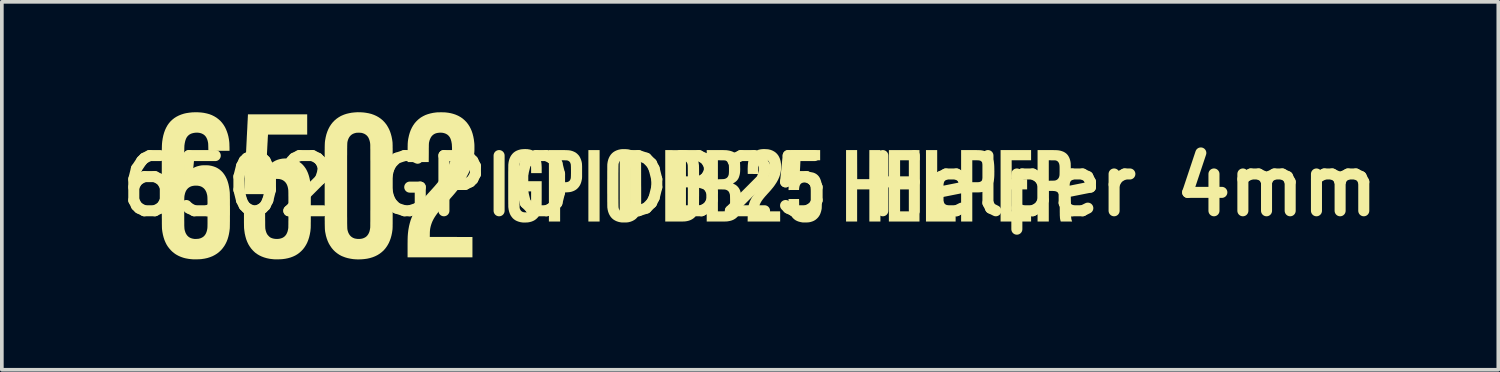
<source format=kicad_pcb>
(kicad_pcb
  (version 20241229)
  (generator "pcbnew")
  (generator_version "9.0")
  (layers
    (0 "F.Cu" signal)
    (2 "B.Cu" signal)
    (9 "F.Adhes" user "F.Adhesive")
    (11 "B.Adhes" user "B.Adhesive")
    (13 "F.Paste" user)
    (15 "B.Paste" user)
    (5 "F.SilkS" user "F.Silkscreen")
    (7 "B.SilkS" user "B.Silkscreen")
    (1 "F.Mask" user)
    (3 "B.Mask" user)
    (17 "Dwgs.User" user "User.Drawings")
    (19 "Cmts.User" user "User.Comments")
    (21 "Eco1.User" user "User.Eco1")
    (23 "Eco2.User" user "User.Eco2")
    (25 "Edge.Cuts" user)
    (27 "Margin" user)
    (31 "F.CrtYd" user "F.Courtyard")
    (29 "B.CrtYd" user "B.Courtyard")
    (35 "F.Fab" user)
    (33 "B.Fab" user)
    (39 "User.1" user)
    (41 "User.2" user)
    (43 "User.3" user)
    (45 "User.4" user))
  (footprint "6502 GPIO DB25 Helper 4mm"
    (layer "F.Cu")
    (at 17.336 2)
    (property "Reference" "6502 GPIO DB25 Helper 4mm" (at 0 0 0) (layer "F.SilkS") (effects (font (size 1.5 1.5) (thickness 0.3))))
    (attr board_only exclude_from_pos_files exclude_from_bom)
    (fp_poly (pts (xy -4.09 -0.000001) (xy -4.09 0.971) (xy -4.242 0.971) (xy -4.395 0.971) (xy -4.395 -0.000001) (xy -4.395 -0.971) (xy -4.242 -0.971) (xy -4.09 -0.971)) (stroke (width 0) (type solid)) (fill yes) (layer "F.SilkS"))
    (fp_poly (pts (xy 5.085 -0.139) (xy 5.085 0.694) (xy 5.336 0.694) (xy 5.586 0.694) (xy 5.586 0.833) (xy 5.586 0.971) (xy 5.183 0.971) (xy 4.78 0.971) (xy 4.78 -0.000001) (xy 4.78 -0.971) (xy 4.933 -0.971) (xy 5.085 -0.971)) (stroke (width 0) (type solid)) (fill yes) (layer "F.SilkS"))
    (fp_poly (pts (xy 2.91 -0.576) (xy 2.911 -0.181) (xy 3.075 -0.181) (xy 3.239 -0.181) (xy 3.24 -0.576) (xy 3.241 -0.971) (xy 3.391 -0.971) (xy 3.542 -0.971) (xy 3.542 -0.000001) (xy 3.542 0.971) (xy 3.391 0.971) (xy 3.241 0.971) (xy 3.241 0.535) (xy 3.241 0.098) (xy 3.075 0.098) (xy 2.909 0.098) (xy 2.909 0.535) (xy 2.909 0.971) (xy 2.758 0.971) (xy 2.608 0.971) (xy 2.608 -0.000001) (xy 2.608 -0.971) (xy 2.758 -0.971) (xy 2.909 -0.971)) (stroke (width 0) (type solid)) (fill yes) (layer "F.SilkS"))
    (fp_poly (pts (xy 4.604 -0.833) (xy 4.604 -0.694) (xy 4.341 -0.694) (xy 4.077 -0.694) (xy 4.077 -0.437) (xy 4.077 -0.179) (xy 4.286 -0.179) (xy 4.496 -0.179) (xy 4.496 -0.041) (xy 4.496 0.098) (xy 4.286 0.098) (xy 4.077 0.098) (xy 4.077 0.396) (xy 4.077 0.694) (xy 4.341 0.694) (xy 4.604 0.694) (xy 4.604 0.833) (xy 4.604 0.971) (xy 4.188 0.971) (xy 3.772 0.971) (xy 3.772 -0.000001) (xy 3.772 -0.971) (xy 4.188 -0.971) (xy 4.604 -0.971)) (stroke (width 0) (type solid)) (fill yes) (layer "F.SilkS"))
    (fp_poly (pts (xy 7.637 -0.833) (xy 7.637 -0.694) (xy 7.373 -0.694) (xy 7.109 -0.694) (xy 7.11 -0.437) (xy 7.111 -0.181) (xy 7.32 -0.18) (xy 7.529 -0.179) (xy 7.529 -0.041) (xy 7.529 0.098) (xy 7.319 0.098) (xy 7.109 0.098) (xy 7.109 0.396) (xy 7.109 0.694) (xy 7.373 0.694) (xy 7.637 0.694) (xy 7.637 0.833) (xy 7.637 0.971) (xy 7.222 0.971) (xy 6.808 0.971) (xy 6.808 -0.000001) (xy 6.808 -0.971) (xy 7.222 -0.971) (xy 7.637 -0.971)) (stroke (width 0) (type solid)) (fill yes) (layer "F.SilkS"))
    (fp_poly (pts (xy -5.166 -0.971) (xy -5.12 -0.971) (xy -5.079 -0.971) (xy -5.043 -0.971) (xy -5.011 -0.97) (xy -4.984 -0.969) (xy -4.961 -0.968) (xy -4.94 -0.967) (xy -4.922 -0.965) (xy -4.906 -0.963) (xy -4.892 -0.961) (xy -4.878 -0.958) (xy -4.865 -0.955) (xy -4.852 -0.951) (xy -4.838 -0.947) (xy -4.833 -0.946) (xy -4.786 -0.927) (xy -4.742 -0.904) (xy -4.704 -0.875) (xy -4.67 -0.841) (xy -4.64 -0.803) (xy -4.616 -0.759) (xy -4.596 -0.711) (xy -4.585 -0.677) (xy -4.581 -0.662) (xy -4.577 -0.648) (xy -4.575 -0.635) (xy -4.572 -0.621) (xy -4.57 -0.607) (xy -4.569 -0.591) (xy -4.568 -0.573) (xy -4.567 -0.552) (xy -4.566 -0.528) (xy -4.566 -0.499) (xy -4.566 -0.466) (xy -4.566 -0.426) (xy -4.566 -0.396) (xy -4.566 -0.355) (xy -4.566 -0.32) (xy -4.566 -0.291) (xy -4.566 -0.266) (xy -4.566 -0.246) (xy -4.567 -0.229) (xy -4.567 -0.216) (xy -4.568 -0.204) (xy -4.569 -0.194) (xy -4.57 -0.185) (xy -4.572 -0.177) (xy -4.572 -0.176) (xy -4.583 -0.125) (xy -4.596 -0.079) (xy -4.613 -0.038) (xy -4.633 -0.001) (xy -4.657 0.033) (xy -4.678 0.058) (xy -4.704 0.083) (xy -4.73 0.104) (xy -4.759 0.122) (xy -4.771 0.128) (xy -4.798 0.141) (xy -4.824 0.151) (xy -4.851 0.16) (xy -4.88 0.167) (xy -4.911 0.172) (xy -4.945 0.175) (xy -4.984 0.178) (xy -5.028 0.179) (xy -5.064 0.179) (xy -5.163 0.179) (xy -5.163 0.575) (xy -5.163 0.971) (xy -5.315 0.971) (xy -5.468 0.971) (xy -5.468 -0.000001) (xy -5.468 -0.396) (xy -5.163 -0.396) (xy -5.163 -0.098) (xy -5.074 -0.098) (xy -5.043 -0.098) (xy -5.018 -0.099) (xy -4.998 -0.099) (xy -4.983 -0.1) (xy -4.972 -0.102) (xy -4.968 -0.103) (xy -4.94 -0.113) (xy -4.918 -0.127) (xy -4.9 -0.145) (xy -4.886 -0.169) (xy -4.876 -0.198) (xy -4.873 -0.212) (xy -4.872 -0.222) (xy -4.871 -0.239) (xy -4.87 -0.26) (xy -4.869 -0.286) (xy -4.869 -0.315) (xy -4.868 -0.346) (xy -4.868 -0.378) (xy -4.868 -0.411) (xy -4.868 -0.444) (xy -4.869 -0.475) (xy -4.869 -0.504) (xy -4.87 -0.53) (xy -4.871 -0.551) (xy -4.872 -0.568) (xy -4.873 -0.58) (xy -4.873 -0.58) (xy -4.882 -0.611) (xy -4.893 -0.637) (xy -4.909 -0.657) (xy -4.928 -0.672) (xy -4.933 -0.675) (xy -4.943 -0.68) (xy -4.953 -0.684) (xy -4.963 -0.688) (xy -4.975 -0.69) (xy -4.989 -0.692) (xy -5.007 -0.693) (xy -5.028 -0.693) (xy -5.055 -0.694) (xy -5.074 -0.694) (xy -5.163 -0.694) (xy -5.163 -0.396) (xy -5.468 -0.396) (xy -5.468 -0.971) (xy -5.219 -0.971)) (stroke (width 0) (type solid)) (fill yes) (layer "F.SilkS"))
    (fp_poly (pts (xy 5.984 -0.971) (xy 6.035 -0.971) (xy 6.08 -0.971) (xy 6.119 -0.971) (xy 6.152 -0.971) (xy 6.181 -0.97) (xy 6.206 -0.97) (xy 6.228 -0.969) (xy 6.247 -0.968) (xy 6.263 -0.967) (xy 6.277 -0.965) (xy 6.29 -0.964) (xy 6.302 -0.962) (xy 6.315 -0.959) (xy 6.327 -0.957) (xy 6.336 -0.955) (xy 6.386 -0.94) (xy 6.432 -0.919) (xy 6.473 -0.894) (xy 6.51 -0.864) (xy 6.542 -0.828) (xy 6.57 -0.788) (xy 6.593 -0.743) (xy 6.607 -0.705) (xy 6.614 -0.684) (xy 6.62 -0.663) (xy 6.625 -0.641) (xy 6.629 -0.618) (xy 6.632 -0.594) (xy 6.634 -0.566) (xy 6.636 -0.536) (xy 6.637 -0.501) (xy 6.638 -0.461) (xy 6.638 -0.415) (xy 6.639 -0.396) (xy 6.638 -0.348) (xy 6.638 -0.306) (xy 6.637 -0.269) (xy 6.635 -0.237) (xy 6.633 -0.208) (xy 6.63 -0.183) (xy 6.627 -0.16) (xy 6.622 -0.138) (xy 6.617 -0.116) (xy 6.61 -0.095) (xy 6.607 -0.087) (xy 6.588 -0.038) (xy 6.564 0.006) (xy 6.535 0.045) (xy 6.502 0.08) (xy 6.464 0.109) (xy 6.422 0.133) (xy 6.375 0.151) (xy 6.335 0.163) (xy 6.313 0.168) (xy 6.292 0.171) (xy 6.269 0.174) (xy 6.245 0.177) (xy 6.218 0.178) (xy 6.187 0.179) (xy 6.15 0.179) (xy 6.137 0.179) (xy 6.039 0.179) (xy 6.039 0.575) (xy 6.039 0.971) (xy 5.887 0.971) (xy 5.735 0.971) (xy 5.735 -0.000001) (xy 5.735 -0.396) (xy 6.039 -0.396) (xy 6.039 -0.098) (xy 6.128 -0.098) (xy 6.156 -0.098) (xy 6.179 -0.098) (xy 6.197 -0.099) (xy 6.211 -0.1) (xy 6.222 -0.101) (xy 6.23 -0.102) (xy 6.235 -0.104) (xy 6.256 -0.111) (xy 6.272 -0.119) (xy 6.286 -0.129) (xy 6.292 -0.136) (xy 6.306 -0.153) (xy 6.316 -0.172) (xy 6.324 -0.195) (xy 6.326 -0.202) (xy 6.328 -0.208) (xy 6.329 -0.215) (xy 6.33 -0.222) (xy 6.33 -0.232) (xy 6.331 -0.245) (xy 6.332 -0.26) (xy 6.332 -0.28) (xy 6.332 -0.304) (xy 6.332 -0.333) (xy 6.332 -0.368) (xy 6.332 -0.396) (xy 6.332 -0.435) (xy 6.332 -0.468) (xy 6.332 -0.496) (xy 6.332 -0.518) (xy 6.331 -0.537) (xy 6.331 -0.551) (xy 6.33 -0.563) (xy 6.329 -0.572) (xy 6.328 -0.579) (xy 6.327 -0.586) (xy 6.326 -0.59) (xy 6.317 -0.617) (xy 6.306 -0.639) (xy 6.291 -0.657) (xy 6.289 -0.659) (xy 6.278 -0.668) (xy 6.268 -0.676) (xy 6.257 -0.682) (xy 6.244 -0.686) (xy 6.229 -0.689) (xy 6.211 -0.692) (xy 6.188 -0.693) (xy 6.161 -0.694) (xy 6.127 -0.694) (xy 6.126 -0.694) (xy 6.039 -0.694) (xy 6.039 -0.396) (xy 5.735 -0.396) (xy 5.735 -0.971)) (stroke (width 0) (type solid)) (fill yes) (layer "F.SilkS"))
    (fp_poly (pts (xy 0.393 -0.998) (xy 0.423 -0.997) (xy 0.453 -0.995) (xy 0.48 -0.993) (xy 0.504 -0.99) (xy 0.511 -0.988) (xy 0.564 -0.975) (xy 0.613 -0.955) (xy 0.657 -0.931) (xy 0.697 -0.902) (xy 0.732 -0.868) (xy 0.763 -0.829) (xy 0.788 -0.786) (xy 0.809 -0.738) (xy 0.825 -0.685) (xy 0.831 -0.659) (xy 0.841 -0.589) (xy 0.845 -0.518) (xy 0.842 -0.447) (xy 0.832 -0.377) (xy 0.816 -0.308) (xy 0.793 -0.239) (xy 0.764 -0.172) (xy 0.728 -0.106) (xy 0.717 -0.088) (xy 0.698 -0.059) (xy 0.679 -0.03) (xy 0.66 -0.002) (xy 0.639 0.026) (xy 0.616 0.055) (xy 0.591 0.085) (xy 0.564 0.118) (xy 0.533 0.153) (xy 0.498 0.192) (xy 0.459 0.234) (xy 0.454 0.241) (xy 0.412 0.287) (xy 0.376 0.33) (xy 0.345 0.369) (xy 0.318 0.406) (xy 0.296 0.442) (xy 0.278 0.476) (xy 0.263 0.509) (xy 0.253 0.542) (xy 0.245 0.575) (xy 0.241 0.608) (xy 0.239 0.643) (xy 0.239 0.652) (xy 0.239 0.694) (xy 0.528 0.694) (xy 0.817 0.694) (xy 0.817 0.833) (xy 0.817 0.971) (xy 0.375 0.971) (xy -0.067 0.971) (xy -0.065 0.827) (xy -0.064 0.78) (xy -0.063 0.74) (xy -0.062 0.704) (xy -0.06 0.673) (xy -0.058 0.645) (xy -0.056 0.62) (xy -0.053 0.597) (xy -0.049 0.575) (xy -0.045 0.553) (xy -0.039 0.53) (xy -0.037 0.521) (xy -0.021 0.467) (xy -0.001 0.413) (xy 0.024 0.361) (xy 0.055 0.308) (xy 0.091 0.255) (xy 0.132 0.199) (xy 0.137 0.193) (xy 0.147 0.181) (xy 0.156 0.17) (xy 0.165 0.16) (xy 0.175 0.148) (xy 0.186 0.135) (xy 0.199 0.12) (xy 0.215 0.103) (xy 0.234 0.082) (xy 0.257 0.057) (xy 0.263 0.05) (xy 0.3 0.008) (xy 0.335 -0.033) (xy 0.367 -0.071) (xy 0.394 -0.106) (xy 0.417 -0.137) (xy 0.421 -0.144) (xy 0.456 -0.199) (xy 0.485 -0.253) (xy 0.507 -0.307) (xy 0.523 -0.362) (xy 0.534 -0.417) (xy 0.539 -0.474) (xy 0.54 -0.502) (xy 0.538 -0.547) (xy 0.534 -0.586) (xy 0.526 -0.62) (xy 0.515 -0.649) (xy 0.5 -0.672) (xy 0.482 -0.691) (xy 0.46 -0.706) (xy 0.435 -0.716) (xy 0.42 -0.719) (xy 0.4 -0.72) (xy 0.379 -0.721) (xy 0.358 -0.72) (xy 0.341 -0.719) (xy 0.335 -0.718) (xy 0.308 -0.708) (xy 0.283 -0.693) (xy 0.263 -0.673) (xy 0.247 -0.649) (xy 0.245 -0.644) (xy 0.24 -0.633) (xy 0.236 -0.623) (xy 0.233 -0.612) (xy 0.23 -0.601) (xy 0.228 -0.587) (xy 0.227 -0.571) (xy 0.225 -0.552) (xy 0.224 -0.529) (xy 0.224 -0.501) (xy 0.223 -0.467) (xy 0.223 -0.449) (xy 0.221 -0.321) (xy 0.078 -0.322) (xy -0.064 -0.323) (xy -0.065 -0.401) (xy -0.066 -0.46) (xy -0.064 -0.514) (xy -0.062 -0.562) (xy -0.058 -0.605) (xy -0.053 -0.643) (xy -0.046 -0.678) (xy -0.042 -0.695) (xy -0.025 -0.747) (xy -0.004 -0.794) (xy 0.022 -0.837) (xy 0.054 -0.874) (xy 0.089 -0.907) (xy 0.13 -0.935) (xy 0.175 -0.958) (xy 0.224 -0.977) (xy 0.278 -0.99) (xy 0.314 -0.995) (xy 0.336 -0.997) (xy 0.363 -0.998)) (stroke (width 0) (type solid)) (fill yes) (layer "F.SilkS"))
    (fp_poly (pts (xy -2.031 -0.97) (xy -1.981 -0.97) (xy -1.937 -0.97) (xy -1.898 -0.97) (xy -1.865 -0.969) (xy -1.837 -0.969) (xy -1.813 -0.969) (xy -1.793 -0.968) (xy -1.777 -0.968) (xy -1.763 -0.967) (xy -1.753 -0.966) (xy -1.744 -0.966) (xy -1.736 -0.965) (xy -1.73 -0.964) (xy -1.728 -0.963) (xy -1.676 -0.951) (xy -1.63 -0.936) (xy -1.59 -0.917) (xy -1.553 -0.894) (xy -1.52 -0.868) (xy -1.512 -0.86) (xy -1.482 -0.826) (xy -1.455 -0.788) (xy -1.434 -0.746) (xy -1.416 -0.7) (xy -1.403 -0.648) (xy -1.394 -0.592) (xy -1.389 -0.548) (xy -1.389 -0.538) (xy -1.389 -0.521) (xy -1.388 -0.499) (xy -1.388 -0.471) (xy -1.387 -0.439) (xy -1.387 -0.402) (xy -1.387 -0.361) (xy -1.387 -0.316) (xy -1.386 -0.269) (xy -1.386 -0.22) (xy -1.386 -0.168) (xy -1.386 -0.115) (xy -1.386 -0.061) (xy -1.386 -0.006) (xy -1.386 0.049) (xy -1.386 0.103) (xy -1.386 0.156) (xy -1.386 0.208) (xy -1.386 0.258) (xy -1.387 0.306) (xy -1.387 0.351) (xy -1.387 0.393) (xy -1.387 0.431) (xy -1.388 0.464) (xy -1.388 0.493) (xy -1.388 0.517) (xy -1.389 0.535) (xy -1.389 0.547) (xy -1.389 0.548) (xy -1.396 0.611) (xy -1.408 0.668) (xy -1.423 0.72) (xy -1.444 0.767) (xy -1.469 0.809) (xy -1.498 0.847) (xy -1.532 0.879) (xy -1.571 0.906) (xy -1.615 0.929) (xy -1.663 0.947) (xy -1.716 0.96) (xy -1.756 0.966) (xy -1.765 0.967) (xy -1.776 0.968) (xy -1.789 0.969) (xy -1.804 0.969) (xy -1.823 0.97) (xy -1.845 0.97) (xy -1.871 0.971) (xy -1.902 0.971) (xy -1.937 0.971) (xy -1.979 0.971) (xy -2.026 0.971) (xy -2.052 0.971) (xy -2.306 0.971) (xy -2.306 -0.000001) (xy -2.002 -0.000001) (xy -2.002 0.694) (xy -1.91 0.694) (xy -1.88 0.694) (xy -1.856 0.693) (xy -1.837 0.693) (xy -1.823 0.692) (xy -1.811 0.691) (xy -1.802 0.69) (xy -1.798 0.688) (xy -1.77 0.678) (xy -1.746 0.663) (xy -1.726 0.642) (xy -1.711 0.616) (xy -1.7 0.585) (xy -1.698 0.577) (xy -1.697 0.573) (xy -1.697 0.568) (xy -1.696 0.563) (xy -1.695 0.557) (xy -1.695 0.549) (xy -1.694 0.539) (xy -1.694 0.527) (xy -1.694 0.513) (xy -1.693 0.496) (xy -1.693 0.476) (xy -1.693 0.452) (xy -1.693 0.424) (xy -1.693 0.393) (xy -1.692 0.357) (xy -1.692 0.316) (xy -1.692 0.271) (xy -1.692 0.22) (xy -1.692 0.163) (xy -1.692 0.1) (xy -1.692 0.032) (xy -1.692 -0.000001) (xy -1.692 -0.072) (xy -1.692 -0.137) (xy -1.692 -0.197) (xy -1.692 -0.25) (xy -1.692 -0.298) (xy -1.692 -0.341) (xy -1.693 -0.379) (xy -1.693 -0.413) (xy -1.693 -0.442) (xy -1.693 -0.467) (xy -1.693 -0.489) (xy -1.694 -0.507) (xy -1.694 -0.523) (xy -1.694 -0.536) (xy -1.695 -0.546) (xy -1.695 -0.555) (xy -1.696 -0.562) (xy -1.696 -0.567) (xy -1.697 -0.572) (xy -1.698 -0.575) (xy -1.698 -0.575) (xy -1.704 -0.6) (xy -1.712 -0.62) (xy -1.722 -0.637) (xy -1.733 -0.65) (xy -1.745 -0.661) (xy -1.755 -0.67) (xy -1.767 -0.678) (xy -1.779 -0.683) (xy -1.794 -0.687) (xy -1.812 -0.69) (xy -1.834 -0.692) (xy -1.86 -0.693) (xy -1.892 -0.694) (xy -1.91 -0.694) (xy -2.002 -0.694) (xy -2.002 -0.000001) (xy -2.306 -0.000001) (xy -2.306 -0.000183) (xy -2.306 -0.972)) (stroke (width 0) (type solid)) (fill yes) (layer "F.SilkS"))
    (fp_poly (pts (xy 8.117 -0.971) (xy 8.163 -0.971) (xy 8.204 -0.971) (xy 8.24 -0.971) (xy 8.271 -0.97) (xy 8.298 -0.97) (xy 8.321 -0.969) (xy 8.341 -0.968) (xy 8.359 -0.966) (xy 8.374 -0.965) (xy 8.388 -0.963) (xy 8.402 -0.961) (xy 8.414 -0.958) (xy 8.427 -0.955) (xy 8.431 -0.955) (xy 8.48 -0.94) (xy 8.525 -0.922) (xy 8.564 -0.899) (xy 8.599 -0.872) (xy 8.629 -0.84) (xy 8.654 -0.803) (xy 8.676 -0.761) (xy 8.693 -0.714) (xy 8.706 -0.661) (xy 8.707 -0.655) (xy 8.709 -0.645) (xy 8.71 -0.634) (xy 8.712 -0.623) (xy 8.713 -0.611) (xy 8.714 -0.596) (xy 8.714 -0.578) (xy 8.715 -0.556) (xy 8.715 -0.529) (xy 8.716 -0.496) (xy 8.716 -0.488) (xy 8.716 -0.448) (xy 8.716 -0.413) (xy 8.716 -0.383) (xy 8.715 -0.358) (xy 8.714 -0.336) (xy 8.712 -0.316) (xy 8.71 -0.299) (xy 8.708 -0.282) (xy 8.705 -0.265) (xy 8.692 -0.22) (xy 8.676 -0.177) (xy 8.655 -0.138) (xy 8.631 -0.104) (xy 8.609 -0.08) (xy 8.594 -0.068) (xy 8.576 -0.055) (xy 8.558 -0.043) (xy 8.54 -0.033) (xy 8.531 -0.029) (xy 8.523 -0.025) (xy 8.518 -0.021) (xy 8.518 -0.02) (xy 8.521 -0.017) (xy 8.529 -0.013) (xy 8.541 -0.008) (xy 8.543 -0.007) (xy 8.578 0.01) (xy 8.609 0.032) (xy 8.636 0.058) (xy 8.658 0.09) (xy 8.678 0.127) (xy 8.693 0.17) (xy 8.698 0.187) (xy 8.701 0.2) (xy 8.704 0.212) (xy 8.706 0.224) (xy 8.709 0.236) (xy 8.711 0.249) (xy 8.712 0.263) (xy 8.714 0.279) (xy 8.715 0.297) (xy 8.716 0.318) (xy 8.717 0.342) (xy 8.717 0.37) (xy 8.718 0.402) (xy 8.719 0.439) (xy 8.719 0.481) (xy 8.72 0.53) (xy 8.72 0.572) (xy 8.721 0.626) (xy 8.721 0.673) (xy 8.722 0.715) (xy 8.722 0.751) (xy 8.723 0.783) (xy 8.724 0.81) (xy 8.725 0.833) (xy 8.726 0.853) (xy 8.727 0.87) (xy 8.729 0.885) (xy 8.73 0.897) (xy 8.733 0.909) (xy 8.735 0.919) (xy 8.738 0.929) (xy 8.741 0.939) (xy 8.745 0.949) (xy 8.753 0.971) (xy 8.598 0.971) (xy 8.444 0.971) (xy 8.438 0.954) (xy 8.434 0.941) (xy 8.431 0.927) (xy 8.428 0.914) (xy 8.425 0.898) (xy 8.423 0.882) (xy 8.421 0.862) (xy 8.42 0.841) (xy 8.418 0.816) (xy 8.417 0.787) (xy 8.417 0.754) (xy 8.416 0.717) (xy 8.416 0.675) (xy 8.416 0.626) (xy 8.415 0.572) (xy 8.415 0.552) (xy 8.415 0.509) (xy 8.415 0.469) (xy 8.415 0.432) (xy 8.415 0.398) (xy 8.414 0.369) (xy 8.414 0.344) (xy 8.413 0.324) (xy 8.412 0.311) (xy 8.412 0.305) (xy 8.405 0.266) (xy 8.395 0.233) (xy 8.382 0.206) (xy 8.365 0.184) (xy 8.344 0.167) (xy 8.328 0.158) (xy 8.313 0.152) (xy 8.297 0.147) (xy 8.278 0.144) (xy 8.257 0.141) (xy 8.231 0.14) (xy 8.199 0.139) (xy 8.186 0.139) (xy 8.118 0.139) (xy 8.118 0.555) (xy 8.118 0.971) (xy 7.965 0.971) (xy 7.813 0.971) (xy 7.813 -0.000001) (xy 7.813 -0.416) (xy 8.118 -0.416) (xy 8.118 -0.138) (xy 8.2 -0.14) (xy 8.227 -0.14) (xy 8.249 -0.141) (xy 8.267 -0.142) (xy 8.28 -0.143) (xy 8.29 -0.145) (xy 8.298 -0.146) (xy 8.3 -0.147) (xy 8.33 -0.159) (xy 8.355 -0.176) (xy 8.375 -0.197) (xy 8.391 -0.222) (xy 8.402 -0.253) (xy 8.407 -0.271) (xy 8.408 -0.283) (xy 8.41 -0.3) (xy 8.411 -0.323) (xy 8.411 -0.348) (xy 8.412 -0.376) (xy 8.412 -0.406) (xy 8.412 -0.436) (xy 8.412 -0.466) (xy 8.412 -0.494) (xy 8.411 -0.519) (xy 8.41 -0.541) (xy 8.408 -0.558) (xy 8.407 -0.567) (xy 8.399 -0.601) (xy 8.387 -0.629) (xy 8.37 -0.653) (xy 8.35 -0.671) (xy 8.325 -0.684) (xy 8.324 -0.684) (xy 8.318 -0.687) (xy 8.312 -0.688) (xy 8.305 -0.69) (xy 8.297 -0.691) (xy 8.285 -0.692) (xy 8.27 -0.692) (xy 8.25 -0.693) (xy 8.225 -0.693) (xy 8.211 -0.693) (xy 8.118 -0.694) (xy 8.118 -0.416) (xy 7.813 -0.416) (xy 7.813 -0.971) (xy 8.064 -0.971)) (stroke (width 0) (type solid)) (fill yes) (layer "F.SilkS"))
    (fp_poly (pts (xy -0.874 -0.971) (xy -0.83 -0.971) (xy -0.792 -0.971) (xy -0.758 -0.971) (xy -0.73 -0.971) (xy -0.706 -0.97) (xy -0.685 -0.97) (xy -0.668 -0.969) (xy -0.654 -0.968) (xy -0.641 -0.968) (xy -0.631 -0.967) (xy -0.626 -0.966) (xy -0.57 -0.957) (xy -0.519 -0.944) (xy -0.473 -0.927) (xy -0.432 -0.906) (xy -0.396 -0.879) (xy -0.364 -0.849) (xy -0.338 -0.813) (xy -0.315 -0.773) (xy -0.297 -0.727) (xy -0.283 -0.676) (xy -0.277 -0.646) (xy -0.275 -0.632) (xy -0.274 -0.612) (xy -0.272 -0.588) (xy -0.271 -0.561) (xy -0.27 -0.531) (xy -0.27 -0.5) (xy -0.269 -0.47) (xy -0.269 -0.441) (xy -0.27 -0.414) (xy -0.271 -0.391) (xy -0.272 -0.373) (xy -0.272 -0.372) (xy -0.279 -0.32) (xy -0.291 -0.272) (xy -0.305 -0.229) (xy -0.323 -0.191) (xy -0.344 -0.16) (xy -0.37 -0.131) (xy -0.4 -0.105) (xy -0.432 -0.084) (xy -0.449 -0.074) (xy -0.458 -0.069) (xy -0.464 -0.065) (xy -0.465 -0.064) (xy -0.461 -0.061) (xy -0.453 -0.057) (xy -0.442 -0.051) (xy -0.438 -0.049) (xy -0.399 -0.029) (xy -0.363 -0.003) (xy -0.332 0.028) (xy -0.305 0.063) (xy -0.283 0.102) (xy -0.275 0.12) (xy -0.267 0.142) (xy -0.261 0.163) (xy -0.255 0.184) (xy -0.25 0.205) (xy -0.247 0.228) (xy -0.244 0.254) (xy -0.242 0.282) (xy -0.24 0.315) (xy -0.239 0.352) (xy -0.239 0.394) (xy -0.239 0.427) (xy -0.239 0.471) (xy -0.239 0.508) (xy -0.24 0.54) (xy -0.241 0.567) (xy -0.243 0.591) (xy -0.245 0.612) (xy -0.247 0.632) (xy -0.251 0.649) (xy -0.255 0.667) (xy -0.26 0.685) (xy -0.264 0.699) (xy -0.283 0.748) (xy -0.307 0.791) (xy -0.335 0.831) (xy -0.368 0.865) (xy -0.406 0.895) (xy -0.449 0.92) (xy -0.496 0.94) (xy -0.549 0.955) (xy -0.605 0.965) (xy -0.612 0.966) (xy -0.621 0.967) (xy -0.632 0.968) (xy -0.644 0.969) (xy -0.66 0.969) (xy -0.678 0.97) (xy -0.699 0.97) (xy -0.725 0.971) (xy -0.755 0.971) (xy -0.79 0.971) (xy -0.831 0.971) (xy -0.877 0.971) (xy -0.916 0.971) (xy -1.179 0.971) (xy -1.179 0.396) (xy -0.875 0.396) (xy -0.875 0.694) (xy -0.764 0.693) (xy -0.732 0.693) (xy -0.707 0.692) (xy -0.687 0.692) (xy -0.671 0.691) (xy -0.658 0.69) (xy -0.649 0.689) (xy -0.642 0.688) (xy -0.636 0.686) (xy -0.636 0.686) (xy -0.609 0.674) (xy -0.587 0.657) (xy -0.57 0.635) (xy -0.558 0.609) (xy -0.557 0.608) (xy -0.554 0.596) (xy -0.551 0.586) (xy -0.549 0.575) (xy -0.547 0.562) (xy -0.545 0.548) (xy -0.544 0.532) (xy -0.544 0.511) (xy -0.544 0.487) (xy -0.544 0.458) (xy -0.544 0.424) (xy -0.544 0.396) (xy -0.544 0.361) (xy -0.545 0.331) (xy -0.545 0.307) (xy -0.546 0.288) (xy -0.546 0.272) (xy -0.547 0.26) (xy -0.548 0.25) (xy -0.549 0.242) (xy -0.55 0.234) (xy -0.552 0.227) (xy -0.553 0.224) (xy -0.564 0.191) (xy -0.578 0.163) (xy -0.597 0.141) (xy -0.62 0.124) (xy -0.647 0.111) (xy -0.674 0.103) (xy -0.685 0.101) (xy -0.699 0.1) (xy -0.718 0.099) (xy -0.741 0.099) (xy -0.77 0.098) (xy -0.786 0.098) (xy -0.875 0.098) (xy -0.875 0.396) (xy -1.179 0.396) (xy -1.179 -0.000001) (xy -1.179 -0.436) (xy -0.875 -0.436) (xy -0.875 -0.178) (xy -0.793 -0.18) (xy -0.763 -0.181) (xy -0.738 -0.182) (xy -0.72 -0.183) (xy -0.705 -0.185) (xy -0.694 -0.187) (xy -0.691 -0.188) (xy -0.66 -0.199) (xy -0.635 -0.214) (xy -0.614 -0.234) (xy -0.598 -0.259) (xy -0.585 -0.289) (xy -0.582 -0.3) (xy -0.58 -0.31) (xy -0.578 -0.327) (xy -0.576 -0.348) (xy -0.575 -0.373) (xy -0.574 -0.4) (xy -0.574 -0.429) (xy -0.574 -0.458) (xy -0.574 -0.486) (xy -0.575 -0.512) (xy -0.576 -0.535) (xy -0.577 -0.554) (xy -0.579 -0.568) (xy -0.587 -0.601) (xy -0.6 -0.63) (xy -0.617 -0.654) (xy -0.638 -0.672) (xy -0.661 -0.684) (xy -0.667 -0.686) (xy -0.673 -0.688) (xy -0.68 -0.69) (xy -0.688 -0.691) (xy -0.699 -0.691) (xy -0.714 -0.692) (xy -0.733 -0.692) (xy -0.757 -0.693) (xy -0.778 -0.693) (xy -0.875 -0.694) (xy -0.875 -0.436) (xy -1.179 -0.436) (xy -1.179 -0.971) (xy -0.925 -0.971)) (stroke (width 0) (type solid)) (fill yes) (layer "F.SilkS"))
    (fp_poly (pts (xy -6.071 -0.997) (xy -6.048 -0.996) (xy -6.043 -0.995) (xy -5.987 -0.986) (xy -5.935 -0.971) (xy -5.888 -0.952) (xy -5.845 -0.927) (xy -5.806 -0.897) (xy -5.772 -0.862) (xy -5.743 -0.822) (xy -5.718 -0.778) (xy -5.698 -0.728) (xy -5.696 -0.723) (xy -5.688 -0.697) (xy -5.681 -0.67) (xy -5.676 -0.641) (xy -5.671 -0.611) (xy -5.668 -0.577) (xy -5.666 -0.539) (xy -5.664 -0.497) (xy -5.664 -0.449) (xy -5.664 -0.432) (xy -5.664 -0.345) (xy -5.807 -0.345) (xy -5.951 -0.345) (xy -5.952 -0.463) (xy -5.953 -0.495) (xy -5.953 -0.521) (xy -5.954 -0.542) (xy -5.955 -0.559) (xy -5.955 -0.572) (xy -5.956 -0.583) (xy -5.958 -0.592) (xy -5.959 -0.6) (xy -5.961 -0.606) (xy -5.972 -0.639) (xy -5.987 -0.666) (xy -6.005 -0.687) (xy -6.027 -0.703) (xy -6.053 -0.714) (xy -6.083 -0.72) (xy -6.109 -0.721) (xy -6.139 -0.72) (xy -6.165 -0.716) (xy -6.186 -0.708) (xy -6.205 -0.696) (xy -6.218 -0.686) (xy -6.235 -0.667) (xy -6.248 -0.645) (xy -6.258 -0.618) (xy -6.265 -0.586) (xy -6.266 -0.577) (xy -6.267 -0.569) (xy -6.267 -0.555) (xy -6.268 -0.536) (xy -6.268 -0.511) (xy -6.268 -0.481) (xy -6.269 -0.446) (xy -6.269 -0.408) (xy -6.269 -0.366) (xy -6.269 -0.321) (xy -6.269 -0.273) (xy -6.269 -0.223) (xy -6.269 -0.17) (xy -6.269 -0.117) (xy -6.269 -0.062) (xy -6.269 -0.007) (xy -6.269 0.048) (xy -6.269 0.103) (xy -6.269 0.158) (xy -6.268 0.211) (xy -6.268 0.263) (xy -6.268 0.312) (xy -6.268 0.359) (xy -6.267 0.404) (xy -6.267 0.445) (xy -6.266 0.482) (xy -6.266 0.515) (xy -6.265 0.544) (xy -6.265 0.568) (xy -6.264 0.586) (xy -6.264 0.598) (xy -6.263 0.604) (xy -6.263 0.604) (xy -6.252 0.637) (xy -6.237 0.664) (xy -6.218 0.686) (xy -6.195 0.703) (xy -6.168 0.714) (xy -6.137 0.72) (xy -6.111 0.721) (xy -6.076 0.719) (xy -6.046 0.712) (xy -6.02 0.699) (xy -5.998 0.682) (xy -5.981 0.659) (xy -5.967 0.63) (xy -5.959 0.602) (xy -5.958 0.597) (xy -5.957 0.59) (xy -5.956 0.581) (xy -5.955 0.569) (xy -5.955 0.554) (xy -5.954 0.536) (xy -5.954 0.513) (xy -5.953 0.486) (xy -5.953 0.454) (xy -5.953 0.416) (xy -5.952 0.372) (xy -5.952 0.366) (xy -5.951 0.152) (xy -6.027 0.152) (xy -6.104 0.152) (xy -6.104 0.014) (xy -6.104 -0.125) (xy -5.884 -0.125) (xy -5.664 -0.125) (xy -5.664 0.197) (xy -5.664 0.246) (xy -5.664 0.294) (xy -5.664 0.34) (xy -5.664 0.383) (xy -5.665 0.423) (xy -5.665 0.459) (xy -5.665 0.492) (xy -5.666 0.519) (xy -5.666 0.542) (xy -5.667 0.559) (xy -5.667 0.569) (xy -5.674 0.631) (xy -5.686 0.688) (xy -5.702 0.741) (xy -5.723 0.789) (xy -5.749 0.833) (xy -5.78 0.871) (xy -5.815 0.904) (xy -5.854 0.933) (xy -5.898 0.956) (xy -5.947 0.975) (xy -6 0.988) (xy -6.029 0.993) (xy -6.045 0.995) (xy -6.065 0.996) (xy -6.089 0.997) (xy -6.113 0.998) (xy -6.137 0.998) (xy -6.159 0.998) (xy -6.178 0.997) (xy -6.19 0.996) (xy -6.246 0.987) (xy -6.296 0.973) (xy -6.341 0.956) (xy -6.382 0.935) (xy -6.419 0.909) (xy -6.452 0.879) (xy -6.455 0.875) (xy -6.485 0.838) (xy -6.511 0.798) (xy -6.532 0.753) (xy -6.549 0.703) (xy -6.562 0.649) (xy -6.57 0.59) (xy -6.571 0.584) (xy -6.571 0.576) (xy -6.572 0.561) (xy -6.572 0.54) (xy -6.572 0.514) (xy -6.573 0.484) (xy -6.573 0.448) (xy -6.573 0.409) (xy -6.574 0.365) (xy -6.574 0.319) (xy -6.574 0.27) (xy -6.574 0.219) (xy -6.574 0.166) (xy -6.574 0.111) (xy -6.574 0.056) (xy -6.574 0.000338) (xy -6.574 -0.055) (xy -6.574 -0.111) (xy -6.574 -0.165) (xy -6.574 -0.218) (xy -6.574 -0.27) (xy -6.574 -0.319) (xy -6.574 -0.365) (xy -6.573 -0.408) (xy -6.573 -0.448) (xy -6.573 -0.483) (xy -6.572 -0.514) (xy -6.572 -0.54) (xy -6.572 -0.561) (xy -6.571 -0.576) (xy -6.571 -0.584) (xy -6.571 -0.584) (xy -6.563 -0.644) (xy -6.551 -0.698) (xy -6.534 -0.747) (xy -6.514 -0.792) (xy -6.492 -0.828) (xy -6.462 -0.867) (xy -6.427 -0.902) (xy -6.388 -0.931) (xy -6.344 -0.955) (xy -6.295 -0.974) (xy -6.243 -0.988) (xy -6.231 -0.99) (xy -6.211 -0.993) (xy -6.186 -0.995) (xy -6.157 -0.997) (xy -6.128 -0.998) (xy -6.098 -0.998)) (stroke (width 0) (type solid)) (fill yes) (layer "F.SilkS"))
    (fp_poly (pts (xy -8.366 -1.998) (xy -8.336 -1.997) (xy -8.309 -1.997) (xy -8.286 -1.995) (xy -8.27 -1.994) (xy -8.199 -1.985) (xy -8.134 -1.973) (xy -8.073 -1.957) (xy -8.014 -1.938) (xy -7.959 -1.915) (xy -7.927 -1.9) (xy -7.868 -1.867) (xy -7.812 -1.828) (xy -7.76 -1.783) (xy -7.712 -1.734) (xy -7.669 -1.68) (xy -7.63 -1.621) (xy -7.624 -1.611) (xy -7.593 -1.551) (xy -7.565 -1.486) (xy -7.542 -1.416) (xy -7.523 -1.341) (xy -7.508 -1.263) (xy -7.498 -1.181) (xy -7.495 -1.151) (xy -7.493 -1.122) (xy -7.492 -1.088) (xy -7.492 -1.052) (xy -7.492 -1.014) (xy -7.492 -0.977) (xy -7.493 -0.942) (xy -7.495 -0.911) (xy -7.497 -0.892) (xy -7.507 -0.809) (xy -7.521 -0.728) (xy -7.539 -0.649) (xy -7.561 -0.57) (xy -7.588 -0.491) (xy -7.62 -0.413) (xy -7.657 -0.335) (xy -7.699 -0.255) (xy -7.746 -0.175) (xy -7.798 -0.094) (xy -7.856 -0.011) (xy -7.92 0.074) (xy -7.99 0.161) (xy -8.016 0.193) (xy -8.042 0.224) (xy -8.068 0.254) (xy -8.094 0.284) (xy -8.121 0.314) (xy -8.15 0.347) (xy -8.182 0.381) (xy -8.217 0.42) (xy -8.236 0.44) (xy -8.293 0.502) (xy -8.345 0.56) (xy -8.392 0.614) (xy -8.435 0.665) (xy -8.473 0.713) (xy -8.508 0.759) (xy -8.539 0.802) (xy -8.566 0.843) (xy -8.591 0.883) (xy -8.612 0.922) (xy -8.631 0.96) (xy -8.647 0.998) (xy -8.661 1.036) (xy -8.673 1.074) (xy -8.681 1.102) (xy -8.689 1.138) (xy -8.696 1.174) (xy -8.7 1.212) (xy -8.703 1.252) (xy -8.704 1.297) (xy -8.704 1.31) (xy -8.705 1.389) (xy -8.125 1.39) (xy -7.546 1.391) (xy -7.546 1.667) (xy -7.546 1.943) (xy -8.427 1.943) (xy -9.309 1.943) (xy -9.309 1.684) (xy -9.309 1.624) (xy -9.309 1.571) (xy -9.308 1.523) (xy -9.308 1.48) (xy -9.307 1.442) (xy -9.306 1.407) (xy -9.305 1.375) (xy -9.303 1.346) (xy -9.301 1.319) (xy -9.299 1.293) (xy -9.296 1.268) (xy -9.293 1.243) (xy -9.29 1.217) (xy -9.286 1.191) (xy -9.285 1.185) (xy -9.269 1.096) (xy -9.248 1.011) (xy -9.224 0.93) (xy -9.194 0.851) (xy -9.159 0.773) (xy -9.119 0.696) (xy -9.073 0.618) (xy -9.047 0.577) (xy -9.017 0.533) (xy -8.986 0.49) (xy -8.954 0.447) (xy -8.92 0.403) (xy -8.884 0.358) (xy -8.844 0.311) (xy -8.801 0.262) (xy -8.754 0.21) (xy -8.703 0.154) (xy -8.633 0.077) (xy -8.567 0.003) (xy -8.507 -0.068) (xy -8.452 -0.135) (xy -8.402 -0.2) (xy -8.356 -0.263) (xy -8.315 -0.324) (xy -8.278 -0.383) (xy -8.245 -0.441) (xy -8.216 -0.498) (xy -8.19 -0.555) (xy -8.168 -0.611) (xy -8.15 -0.667) (xy -8.134 -0.723) (xy -8.122 -0.781) (xy -8.112 -0.839) (xy -8.105 -0.899) (xy -8.104 -0.91) (xy -8.102 -0.933) (xy -8.101 -0.96) (xy -8.101 -0.991) (xy -8.101 -1.023) (xy -8.102 -1.055) (xy -8.104 -1.086) (xy -8.105 -1.115) (xy -8.107 -1.138) (xy -8.109 -1.15) (xy -8.118 -1.201) (xy -8.13 -1.245) (xy -8.144 -1.284) (xy -8.161 -1.318) (xy -8.182 -1.347) (xy -8.206 -1.373) (xy -8.234 -1.395) (xy -8.239 -1.398) (xy -8.272 -1.416) (xy -8.31 -1.43) (xy -8.351 -1.44) (xy -8.395 -1.444) (xy -8.439 -1.444) (xy -8.485 -1.439) (xy -8.521 -1.432) (xy -8.561 -1.419) (xy -8.596 -1.4) (xy -8.627 -1.376) (xy -8.655 -1.347) (xy -8.678 -1.312) (xy -8.698 -1.271) (xy -8.714 -1.226) (xy -8.724 -1.184) (xy -8.725 -1.177) (xy -8.727 -1.17) (xy -8.728 -1.163) (xy -8.728 -1.154) (xy -8.729 -1.144) (xy -8.73 -1.132) (xy -8.73 -1.117) (xy -8.731 -1.1) (xy -8.731 -1.078) (xy -8.731 -1.053) (xy -8.732 -1.022) (xy -8.732 -0.987) (xy -8.732 -0.945) (xy -8.732 -0.898) (xy -8.732 -0.898) (xy -8.734 -0.646) (xy -9.022 -0.646) (xy -9.309 -0.646) (xy -9.308 -0.903) (xy -9.308 -0.954) (xy -9.307 -0.998) (xy -9.307 -1.037) (xy -9.307 -1.071) (xy -9.306 -1.101) (xy -9.306 -1.126) (xy -9.305 -1.149) (xy -9.304 -1.169) (xy -9.302 -1.187) (xy -9.301 -1.204) (xy -9.299 -1.22) (xy -9.297 -1.235) (xy -9.295 -1.251) (xy -9.292 -1.268) (xy -9.289 -1.287) (xy -9.288 -1.289) (xy -9.271 -1.369) (xy -9.249 -1.445) (xy -9.223 -1.516) (xy -9.191 -1.583) (xy -9.155 -1.645) (xy -9.114 -1.703) (xy -9.068 -1.755) (xy -9.018 -1.803) (xy -8.963 -1.846) (xy -8.943 -1.86) (xy -8.886 -1.893) (xy -8.825 -1.923) (xy -8.759 -1.947) (xy -8.688 -1.967) (xy -8.613 -1.983) (xy -8.532 -1.994) (xy -8.53 -1.994) (xy -8.512 -1.996) (xy -8.488 -1.997) (xy -8.46 -1.997) (xy -8.43 -1.998) (xy -8.398 -1.998)) (stroke (width 0) (type solid)) (fill yes) (layer "F.SilkS"))
    (fp_poly (pts (xy -3.389 -0.997) (xy -3.359 -0.995) (xy -3.331 -0.993) (xy -3.308 -0.99) (xy -3.303 -0.989) (xy -3.253 -0.977) (xy -3.208 -0.961) (xy -3.167 -0.941) (xy -3.13 -0.917) (xy -3.096 -0.889) (xy -3.094 -0.887) (xy -3.07 -0.863) (xy -3.051 -0.839) (xy -3.033 -0.813) (xy -3.017 -0.783) (xy -3.014 -0.777) (xy -3.003 -0.754) (xy -2.994 -0.733) (xy -2.987 -0.713) (xy -2.981 -0.692) (xy -2.974 -0.668) (xy -2.971 -0.651) (xy -2.962 -0.611) (xy -2.961 -0.021) (xy -2.96 0.056) (xy -2.96 0.126) (xy -2.96 0.19) (xy -2.96 0.248) (xy -2.96 0.3) (xy -2.96 0.348) (xy -2.96 0.39) (xy -2.96 0.428) (xy -2.961 0.462) (xy -2.961 0.492) (xy -2.961 0.518) (xy -2.962 0.542) (xy -2.962 0.562) (xy -2.963 0.579) (xy -2.964 0.594) (xy -2.965 0.608) (xy -2.966 0.619) (xy -2.967 0.63) (xy -2.968 0.639) (xy -2.97 0.647) (xy -2.972 0.655) (xy -2.974 0.664) (xy -2.976 0.672) (xy -2.978 0.681) (xy -2.978 0.682) (xy -2.984 0.705) (xy -2.991 0.726) (xy -2.999 0.745) (xy -3.008 0.766) (xy -3.018 0.785) (xy -3.043 0.829) (xy -3.074 0.867) (xy -3.109 0.901) (xy -3.149 0.93) (xy -3.194 0.954) (xy -3.243 0.974) (xy -3.297 0.988) (xy -3.3 0.989) (xy -3.314 0.991) (xy -3.329 0.993) (xy -3.346 0.995) (xy -3.367 0.996) (xy -3.392 0.996) (xy -3.408 0.997) (xy -3.43 0.997) (xy -3.451 0.997) (xy -3.468 0.997) (xy -3.481 0.997) (xy -3.49 0.997) (xy -3.491 0.996) (xy -3.498 0.995) (xy -3.51 0.993) (xy -3.524 0.991) (xy -3.533 0.99) (xy -3.581 0.979) (xy -3.628 0.963) (xy -3.671 0.943) (xy -3.712 0.918) (xy -3.747 0.889) (xy -3.765 0.871) (xy -3.795 0.834) (xy -3.821 0.793) (xy -3.842 0.748) (xy -3.859 0.7) (xy -3.872 0.646) (xy -3.88 0.591) (xy -3.881 0.583) (xy -3.881 0.569) (xy -3.881 0.549) (xy -3.882 0.524) (xy -3.882 0.494) (xy -3.882 0.459) (xy -3.883 0.421) (xy -3.883 0.378) (xy -3.883 0.332) (xy -3.883 0.284) (xy -3.883 0.233) (xy -3.884 0.18) (xy -3.884 0.126) (xy -3.884 0.071) (xy -3.884 0.015) (xy -3.884 -0.024) (xy -3.579 -0.024) (xy -3.579 0.031) (xy -3.579 0.087) (xy -3.579 0.141) (xy -3.579 0.195) (xy -3.579 0.247) (xy -3.579 0.297) (xy -3.579 0.345) (xy -3.578 0.389) (xy -3.578 0.431) (xy -3.578 0.469) (xy -3.577 0.502) (xy -3.577 0.531) (xy -3.576 0.555) (xy -3.576 0.573) (xy -3.575 0.585) (xy -3.574 0.591) (xy -3.567 0.622) (xy -3.556 0.649) (xy -3.543 0.67) (xy -3.525 0.689) (xy -3.515 0.697) (xy -3.494 0.708) (xy -3.469 0.716) (xy -3.441 0.721) (xy -3.412 0.722) (xy -3.384 0.719) (xy -3.358 0.712) (xy -3.347 0.708) (xy -3.323 0.693) (xy -3.303 0.674) (xy -3.287 0.649) (xy -3.275 0.62) (xy -3.268 0.596) (xy -3.268 0.593) (xy -3.267 0.588) (xy -3.266 0.583) (xy -3.266 0.577) (xy -3.265 0.569) (xy -3.265 0.559) (xy -3.264 0.547) (xy -3.264 0.532) (xy -3.264 0.515) (xy -3.264 0.494) (xy -3.263 0.47) (xy -3.263 0.442) (xy -3.263 0.411) (xy -3.263 0.374) (xy -3.263 0.334) (xy -3.263 0.288) (xy -3.263 0.237) (xy -3.263 0.18) (xy -3.263 0.117) (xy -3.263 0.048) (xy -3.263 -0.000001) (xy -3.263 -0.073) (xy -3.263 -0.14) (xy -3.263 -0.2) (xy -3.263 -0.255) (xy -3.263 -0.304) (xy -3.263 -0.349) (xy -3.263 -0.388) (xy -3.263 -0.422) (xy -3.263 -0.453) (xy -3.263 -0.479) (xy -3.264 -0.502) (xy -3.264 -0.521) (xy -3.264 -0.537) (xy -3.265 -0.551) (xy -3.265 -0.562) (xy -3.265 -0.572) (xy -3.266 -0.579) (xy -3.267 -0.585) (xy -3.267 -0.59) (xy -3.268 -0.594) (xy -3.268 -0.596) (xy -3.279 -0.631) (xy -3.293 -0.659) (xy -3.31 -0.682) (xy -3.332 -0.7) (xy -3.342 -0.705) (xy -3.359 -0.713) (xy -3.377 -0.718) (xy -3.398 -0.72) (xy -3.423 -0.721) (xy -3.457 -0.719) (xy -3.487 -0.711) (xy -3.513 -0.699) (xy -3.534 -0.681) (xy -3.551 -0.658) (xy -3.564 -0.629) (xy -3.574 -0.595) (xy -3.574 -0.591) (xy -3.575 -0.584) (xy -3.576 -0.571) (xy -3.576 -0.552) (xy -3.577 -0.528) (xy -3.577 -0.498) (xy -3.578 -0.464) (xy -3.578 -0.426) (xy -3.578 -0.384) (xy -3.579 -0.339) (xy -3.579 -0.291) (xy -3.579 -0.241) (xy -3.579 -0.189) (xy -3.579 -0.135) (xy -3.579 -0.08) (xy -3.579 -0.024) (xy -3.884 -0.024) (xy -3.884 -0.041) (xy -3.884 -0.096) (xy -3.884 -0.151) (xy -3.883 -0.205) (xy -3.883 -0.257) (xy -3.883 -0.307) (xy -3.883 -0.354) (xy -3.883 -0.398) (xy -3.882 -0.439) (xy -3.882 -0.476) (xy -3.882 -0.509) (xy -3.882 -0.537) (xy -3.881 -0.56) (xy -3.881 -0.577) (xy -3.88 -0.588) (xy -3.88 -0.592) (xy -3.871 -0.652) (xy -3.857 -0.708) (xy -3.838 -0.759) (xy -3.814 -0.805) (xy -3.786 -0.847) (xy -3.753 -0.884) (xy -3.715 -0.916) (xy -3.673 -0.942) (xy -3.626 -0.964) (xy -3.575 -0.981) (xy -3.533 -0.99) (xy -3.511 -0.994) (xy -3.484 -0.996) (xy -3.454 -0.997) (xy -3.422 -0.997)) (stroke (width 0) (type solid)) (fill yes) (layer "F.SilkS"))
    (fp_poly (pts (xy 1.904 -0.833) (xy 1.904 -0.694) (xy 1.636 -0.694) (xy 1.369 -0.694) (xy 1.369 -0.686) (xy 1.369 -0.682) (xy 1.368 -0.671) (xy 1.367 -0.654) (xy 1.366 -0.633) (xy 1.365 -0.607) (xy 1.363 -0.578) (xy 1.362 -0.545) (xy 1.36 -0.509) (xy 1.358 -0.472) (xy 1.357 -0.461) (xy 1.355 -0.423) (xy 1.353 -0.387) (xy 1.351 -0.353) (xy 1.35 -0.323) (xy 1.348 -0.296) (xy 1.347 -0.273) (xy 1.346 -0.256) (xy 1.346 -0.243) (xy 1.345 -0.237) (xy 1.345 -0.236) (xy 1.346 -0.231) (xy 1.35 -0.231) (xy 1.355 -0.237) (xy 1.364 -0.248) (xy 1.391 -0.282) (xy 1.422 -0.31) (xy 1.458 -0.334) (xy 1.497 -0.352) (xy 1.54 -0.364) (xy 1.559 -0.367) (xy 1.583 -0.369) (xy 1.609 -0.37) (xy 1.636 -0.37) (xy 1.661 -0.369) (xy 1.682 -0.366) (xy 1.684 -0.366) (xy 1.727 -0.356) (xy 1.767 -0.339) (xy 1.804 -0.317) (xy 1.837 -0.29) (xy 1.866 -0.258) (xy 1.891 -0.22) (xy 1.911 -0.177) (xy 1.928 -0.129) (xy 1.929 -0.124) (xy 1.932 -0.112) (xy 1.935 -0.101) (xy 1.938 -0.09) (xy 1.94 -0.08) (xy 1.942 -0.069) (xy 1.944 -0.058) (xy 1.945 -0.045) (xy 1.946 -0.031) (xy 1.947 -0.015) (xy 1.948 0.004) (xy 1.948 0.027) (xy 1.949 0.053) (xy 1.949 0.082) (xy 1.949 0.117) (xy 1.949 0.156) (xy 1.949 0.201) (xy 1.949 0.252) (xy 1.949 0.289) (xy 1.949 0.343) (xy 1.949 0.391) (xy 1.949 0.432) (xy 1.949 0.468) (xy 1.949 0.499) (xy 1.949 0.526) (xy 1.949 0.549) (xy 1.948 0.567) (xy 1.948 0.583) (xy 1.947 0.596) (xy 1.947 0.607) (xy 1.946 0.616) (xy 1.945 0.623) (xy 1.945 0.629) (xy 1.944 0.635) (xy 1.943 0.636) (xy 1.931 0.691) (xy 1.915 0.741) (xy 1.897 0.785) (xy 1.874 0.824) (xy 1.848 0.859) (xy 1.817 0.891) (xy 1.811 0.896) (xy 1.783 0.92) (xy 1.754 0.939) (xy 1.724 0.955) (xy 1.689 0.969) (xy 1.683 0.971) (xy 1.657 0.979) (xy 1.631 0.986) (xy 1.604 0.991) (xy 1.575 0.994) (xy 1.543 0.996) (xy 1.509 0.997) (xy 1.488 0.997) (xy 1.467 0.997) (xy 1.45 0.997) (xy 1.437 0.997) (xy 1.429 0.996) (xy 1.428 0.996) (xy 1.372 0.986) (xy 1.321 0.973) (xy 1.276 0.956) (xy 1.237 0.936) (xy 1.208 0.916) (xy 1.17 0.883) (xy 1.138 0.846) (xy 1.11 0.803) (xy 1.087 0.756) (xy 1.069 0.704) (xy 1.055 0.648) (xy 1.048 0.595) (xy 1.047 0.583) (xy 1.046 0.565) (xy 1.045 0.543) (xy 1.045 0.518) (xy 1.044 0.492) (xy 1.044 0.464) (xy 1.044 0.46) (xy 1.044 0.359) (xy 1.188 0.359) (xy 1.331 0.359) (xy 1.333 0.475) (xy 1.333 0.508) (xy 1.333 0.536) (xy 1.334 0.559) (xy 1.335 0.577) (xy 1.337 0.592) (xy 1.338 0.605) (xy 1.341 0.615) (xy 1.344 0.626) (xy 1.348 0.636) (xy 1.353 0.647) (xy 1.354 0.649) (xy 1.369 0.673) (xy 1.389 0.692) (xy 1.413 0.707) (xy 1.441 0.717) (xy 1.462 0.72) (xy 1.5 0.721) (xy 1.534 0.717) (xy 1.563 0.708) (xy 1.588 0.694) (xy 1.608 0.675) (xy 1.624 0.65) (xy 1.625 0.649) (xy 1.629 0.64) (xy 1.632 0.632) (xy 1.636 0.624) (xy 1.638 0.616) (xy 1.641 0.606) (xy 1.642 0.596) (xy 1.644 0.583) (xy 1.645 0.568) (xy 1.646 0.55) (xy 1.647 0.529) (xy 1.647 0.503) (xy 1.648 0.472) (xy 1.648 0.437) (xy 1.649 0.396) (xy 1.649 0.349) (xy 1.649 0.294) (xy 1.649 0.246) (xy 1.649 0.204) (xy 1.649 0.167) (xy 1.649 0.135) (xy 1.648 0.108) (xy 1.647 0.084) (xy 1.645 0.064) (xy 1.644 0.046) (xy 1.642 0.032) (xy 1.639 0.019) (xy 1.636 0.007) (xy 1.632 -0.003) (xy 1.628 -0.013) (xy 1.626 -0.019) (xy 1.611 -0.043) (xy 1.591 -0.063) (xy 1.567 -0.078) (xy 1.539 -0.088) (xy 1.508 -0.093) (xy 1.474 -0.093) (xy 1.461 -0.092) (xy 1.43 -0.085) (xy 1.404 -0.074) (xy 1.381 -0.058) (xy 1.363 -0.036) (xy 1.35 -0.01) (xy 1.34 0.022) (xy 1.334 0.059) (xy 1.332 0.076) (xy 1.33 0.113) (xy 1.187 0.114) (xy 1.044 0.115) (xy 1.044 0.104) (xy 1.044 0.1) (xy 1.045 0.089) (xy 1.046 0.072) (xy 1.047 0.049) (xy 1.048 0.021) (xy 1.05 -0.012) (xy 1.052 -0.049) (xy 1.054 -0.091) (xy 1.056 -0.136) (xy 1.058 -0.184) (xy 1.061 -0.236) (xy 1.064 -0.29) (xy 1.067 -0.347) (xy 1.07 -0.406) (xy 1.071 -0.435) (xy 1.074 -0.494) (xy 1.077 -0.552) (xy 1.08 -0.607) (xy 1.083 -0.66) (xy 1.085 -0.709) (xy 1.088 -0.756) (xy 1.09 -0.799) (xy 1.092 -0.838) (xy 1.093 -0.872) (xy 1.095 -0.902) (xy 1.096 -0.926) (xy 1.097 -0.946) (xy 1.098 -0.959) (xy 1.098 -0.966) (xy 1.098 -0.967) (xy 1.099 -0.968) (xy 1.103 -0.968) (xy 1.11 -0.969) (xy 1.12 -0.969) (xy 1.134 -0.97) (xy 1.152 -0.97) (xy 1.174 -0.97) (xy 1.2 -0.971) (xy 1.231 -0.971) (xy 1.267 -0.971) (xy 1.309 -0.971) (xy 1.356 -0.971) (xy 1.409 -0.971) (xy 1.469 -0.971) (xy 1.501 -0.971) (xy 1.904 -0.971)) (stroke (width 0) (type solid)) (fill yes) (layer "F.SilkS"))
    (fp_poly (pts (xy -12.037 -1.667) (xy -12.037 -1.391) (xy -12.569 -1.391) (xy -13.102 -1.391) (xy -13.104 -1.363) (xy -13.105 -1.356) (xy -13.105 -1.343) (xy -13.107 -1.324) (xy -13.108 -1.299) (xy -13.11 -1.27) (xy -13.111 -1.236) (xy -13.113 -1.198) (xy -13.116 -1.156) (xy -13.118 -1.111) (xy -13.121 -1.064) (xy -13.123 -1.014) (xy -13.126 -0.962) (xy -13.128 -0.924) (xy -13.131 -0.871) (xy -13.134 -0.82) (xy -13.136 -0.771) (xy -13.139 -0.724) (xy -13.141 -0.68) (xy -13.143 -0.64) (xy -13.145 -0.603) (xy -13.147 -0.57) (xy -13.149 -0.542) (xy -13.15 -0.519) (xy -13.151 -0.502) (xy -13.152 -0.491) (xy -13.152 -0.487) (xy -13.153 -0.473) (xy -13.153 -0.465) (xy -13.152 -0.462) (xy -13.149 -0.46) (xy -13.148 -0.46) (xy -13.143 -0.463) (xy -13.135 -0.472) (xy -13.125 -0.485) (xy -13.123 -0.488) (xy -13.085 -0.539) (xy -13.044 -0.584) (xy -12.998 -0.623) (xy -12.949 -0.657) (xy -12.896 -0.686) (xy -12.839 -0.709) (xy -12.779 -0.726) (xy -12.716 -0.738) (xy -12.65 -0.743) (xy -12.584 -0.743) (xy -12.515 -0.738) (xy -12.45 -0.728) (xy -12.39 -0.712) (xy -12.333 -0.692) (xy -12.28 -0.666) (xy -12.241 -0.642) (xy -12.194 -0.607) (xy -12.152 -0.567) (xy -12.113 -0.52) (xy -12.077 -0.469) (xy -12.046 -0.413) (xy -12.018 -0.351) (xy -11.995 -0.285) (xy -11.975 -0.213) (xy -11.96 -0.138) (xy -11.955 -0.109) (xy -11.953 -0.094) (xy -11.951 -0.081) (xy -11.949 -0.067) (xy -11.948 -0.054) (xy -11.946 -0.041) (xy -11.945 -0.027) (xy -11.944 -0.012) (xy -11.943 0.004) (xy -11.942 0.022) (xy -11.941 0.042) (xy -11.941 0.065) (xy -11.94 0.09) (xy -11.94 0.118) (xy -11.939 0.15) (xy -11.939 0.185) (xy -11.939 0.225) (xy -11.939 0.27) (xy -11.939 0.319) (xy -11.939 0.374) (xy -11.939 0.434) (xy -11.939 0.5) (xy -11.939 0.573) (xy -11.939 0.577) (xy -11.939 0.655) (xy -11.939 0.727) (xy -11.939 0.795) (xy -11.939 0.857) (xy -11.939 0.914) (xy -11.939 0.965) (xy -11.94 1.01) (xy -11.94 1.05) (xy -11.94 1.083) (xy -11.941 1.11) (xy -11.941 1.131) (xy -11.942 1.145) (xy -11.942 1.151) (xy -11.951 1.239) (xy -11.966 1.322) (xy -11.985 1.401) (xy -12.009 1.475) (xy -12.037 1.545) (xy -12.071 1.61) (xy -12.109 1.67) (xy -12.152 1.726) (xy -12.2 1.776) (xy -12.252 1.822) (xy -12.304 1.86) (xy -12.361 1.894) (xy -12.423 1.923) (xy -12.49 1.948) (xy -12.561 1.968) (xy -12.636 1.983) (xy -12.712 1.993) (xy -12.725 1.994) (xy -12.743 1.995) (xy -12.765 1.996) (xy -12.79 1.997) (xy -12.815 1.998) (xy -12.841 1.998) (xy -12.865 1.999) (xy -12.887 1.999) (xy -12.904 1.999) (xy -12.917 1.998) (xy -12.92 1.998) (xy -12.951 1.996) (xy -12.976 1.993) (xy -12.997 1.991) (xy -13.014 1.989) (xy -13.029 1.987) (xy -13.043 1.986) (xy -13.057 1.983) (xy -13.06 1.983) (xy -13.137 1.967) (xy -13.209 1.946) (xy -13.277 1.92) (xy -13.341 1.889) (xy -13.401 1.853) (xy -13.45 1.817) (xy -13.462 1.806) (xy -13.477 1.792) (xy -13.494 1.776) (xy -13.51 1.76) (xy -13.514 1.756) (xy -13.56 1.704) (xy -13.6 1.648) (xy -13.637 1.587) (xy -13.668 1.521) (xy -13.695 1.451) (xy -13.716 1.376) (xy -13.734 1.297) (xy -13.746 1.212) (xy -13.753 1.149) (xy -13.753 1.138) (xy -13.754 1.12) (xy -13.754 1.097) (xy -13.755 1.07) (xy -13.755 1.039) (xy -13.756 1.006) (xy -13.756 0.97) (xy -13.756 0.933) (xy -13.756 0.912) (xy -13.756 0.717) (xy -13.468 0.717) (xy -13.181 0.717) (xy -13.18 0.933) (xy -13.179 0.978) (xy -13.179 1.016) (xy -13.179 1.049) (xy -13.179 1.077) (xy -13.178 1.1) (xy -13.178 1.119) (xy -13.177 1.135) (xy -13.176 1.148) (xy -13.176 1.159) (xy -13.175 1.168) (xy -13.173 1.175) (xy -13.172 1.181) (xy -13.166 1.211) (xy -13.157 1.242) (xy -13.147 1.271) (xy -13.135 1.297) (xy -13.129 1.31) (xy -13.117 1.327) (xy -13.101 1.347) (xy -13.083 1.366) (xy -13.065 1.384) (xy -13.047 1.398) (xy -13.038 1.404) (xy -13.004 1.42) (xy -12.967 1.432) (xy -12.926 1.44) (xy -12.884 1.444) (xy -12.841 1.444) (xy -12.798 1.44) (xy -12.758 1.431) (xy -12.721 1.419) (xy -12.696 1.407) (xy -12.662 1.385) (xy -12.634 1.358) (xy -12.609 1.326) (xy -12.589 1.289) (xy -12.572 1.247) (xy -12.56 1.2) (xy -12.551 1.147) (xy -12.551 1.146) (xy -12.551 1.138) (xy -12.55 1.124) (xy -12.55 1.105) (xy -12.55 1.08) (xy -12.549 1.05) (xy -12.549 1.015) (xy -12.549 0.977) (xy -12.548 0.936) (xy -12.548 0.891) (xy -12.548 0.844) (xy -12.548 0.795) (xy -12.548 0.745) (xy -12.548 0.693) (xy -12.548 0.641) (xy -12.548 0.589) (xy -12.548 0.537) (xy -12.548 0.486) (xy -12.548 0.436) (xy -12.548 0.388) (xy -12.548 0.343) (xy -12.548 0.3) (xy -12.549 0.26) (xy -12.549 0.224) (xy -12.549 0.193) (xy -12.55 0.166) (xy -12.55 0.144) (xy -12.551 0.128) (xy -12.551 0.118) (xy -12.551 0.116) (xy -12.559 0.062) (xy -12.571 0.014) (xy -12.587 -0.029) (xy -12.608 -0.067) (xy -12.633 -0.1) (xy -12.662 -0.127) (xy -12.695 -0.15) (xy -12.733 -0.168) (xy -12.775 -0.18) (xy -12.781 -0.182) (xy -12.805 -0.185) (xy -12.832 -0.187) (xy -12.863 -0.188) (xy -12.893 -0.187) (xy -12.922 -0.185) (xy -12.947 -0.181) (xy -12.954 -0.18) (xy -12.996 -0.167) (xy -13.033 -0.15) (xy -13.066 -0.127) (xy -13.095 -0.099) (xy -13.12 -0.066) (xy -13.14 -0.028) (xy -13.156 0.015) (xy -13.168 0.063) (xy -13.176 0.117) (xy -13.18 0.168) (xy -13.182 0.227) (xy -13.469 0.227) (xy -13.756 0.227) (xy -13.756 0.214) (xy -13.756 0.209) (xy -13.755 0.199) (xy -13.754 0.181) (xy -13.753 0.158) (xy -13.752 0.129) (xy -13.75 0.095) (xy -13.748 0.056) (xy -13.746 0.011) (xy -13.743 -0.038) (xy -13.741 -0.091) (xy -13.738 -0.149) (xy -13.735 -0.211) (xy -13.731 -0.276) (xy -13.728 -0.344) (xy -13.724 -0.416) (xy -13.721 -0.491) (xy -13.717 -0.568) (xy -13.713 -0.648) (xy -13.708 -0.729) (xy -13.704 -0.813) (xy -13.702 -0.858) (xy -13.697 -0.942) (xy -13.693 -1.025) (xy -13.689 -1.106) (xy -13.685 -1.184) (xy -13.681 -1.26) (xy -13.678 -1.333) (xy -13.674 -1.404) (xy -13.671 -1.471) (xy -13.667 -1.534) (xy -13.664 -1.594) (xy -13.662 -1.65) (xy -13.659 -1.702) (xy -13.657 -1.749) (xy -13.654 -1.791) (xy -13.653 -1.828) (xy -13.651 -1.86) (xy -13.65 -1.886) (xy -13.649 -1.906) (xy -13.648 -1.92) (xy -13.648 -1.928) (xy -13.648 -1.93) (xy -13.648 -1.943) (xy -12.842 -1.943) (xy -12.037 -1.943)) (stroke (width 0) (type solid)) (fill yes) (layer "F.SilkS"))
    (fp_poly (pts (xy -10.59 -1.999) (xy -10.51 -1.994) (xy -10.448 -1.986) (xy -10.368 -1.972) (xy -10.293 -1.953) (xy -10.223 -1.928) (xy -10.156 -1.898) (xy -10.094 -1.863) (xy -10.037 -1.823) (xy -9.983 -1.778) (xy -9.935 -1.728) (xy -9.89 -1.672) (xy -9.877 -1.653) (xy -9.842 -1.596) (xy -9.811 -1.537) (xy -9.784 -1.473) (xy -9.762 -1.406) (xy -9.743 -1.334) (xy -9.728 -1.256) (xy -9.719 -1.191) (xy -9.719 -1.186) (xy -9.718 -1.181) (xy -9.718 -1.175) (xy -9.717 -1.169) (xy -9.717 -1.161) (xy -9.717 -1.152) (xy -9.716 -1.142) (xy -9.716 -1.131) (xy -9.716 -1.117) (xy -9.715 -1.102) (xy -9.715 -1.084) (xy -9.715 -1.063) (xy -9.715 -1.04) (xy -9.714 -1.014) (xy -9.714 -0.985) (xy -9.714 -0.952) (xy -9.714 -0.916) (xy -9.714 -0.876) (xy -9.714 -0.832) (xy -9.714 -0.783) (xy -9.713 -0.73) (xy -9.713 -0.672) (xy -9.713 -0.61) (xy -9.713 -0.542) (xy -9.713 -0.469) (xy -9.713 -0.39) (xy -9.713 -0.305) (xy -9.713 -0.214) (xy -9.713 -0.117) (xy -9.713 -0.013) (xy -9.713 -0.000001) (xy -9.713 0.104) (xy -9.713 0.202) (xy -9.713 0.294) (xy -9.713 0.379) (xy -9.713 0.459) (xy -9.713 0.533) (xy -9.713 0.602) (xy -9.713 0.665) (xy -9.713 0.723) (xy -9.714 0.777) (xy -9.714 0.826) (xy -9.714 0.871) (xy -9.714 0.911) (xy -9.714 0.948) (xy -9.714 0.981) (xy -9.714 1.011) (xy -9.714 1.037) (xy -9.715 1.061) (xy -9.715 1.081) (xy -9.715 1.099) (xy -9.715 1.115) (xy -9.716 1.129) (xy -9.716 1.141) (xy -9.717 1.151) (xy -9.717 1.16) (xy -9.717 1.168) (xy -9.718 1.174) (xy -9.718 1.18) (xy -9.719 1.186) (xy -9.719 1.191) (xy -9.719 1.191) (xy -9.731 1.274) (xy -9.747 1.351) (xy -9.767 1.423) (xy -9.791 1.49) (xy -9.819 1.554) (xy -9.852 1.614) (xy -9.889 1.67) (xy -9.916 1.706) (xy -9.961 1.757) (xy -10.012 1.803) (xy -10.067 1.845) (xy -10.126 1.882) (xy -10.19 1.914) (xy -10.258 1.941) (xy -10.33 1.963) (xy -10.405 1.98) (xy -10.485 1.991) (xy -10.569 1.998) (xy -10.655 2) (xy -10.715 1.998) (xy -10.791 1.992) (xy -10.865 1.98) (xy -10.937 1.965) (xy -11.006 1.945) (xy -11.071 1.92) (xy -11.103 1.907) (xy -11.164 1.874) (xy -11.222 1.835) (xy -11.276 1.792) (xy -11.326 1.743) (xy -11.371 1.69) (xy -11.411 1.632) (xy -11.448 1.57) (xy -11.479 1.503) (xy -11.505 1.433) (xy -11.527 1.358) (xy -11.54 1.293) (xy -11.542 1.283) (xy -11.544 1.274) (xy -11.546 1.265) (xy -11.547 1.257) (xy -11.549 1.249) (xy -11.55 1.241) (xy -11.551 1.233) (xy -11.552 1.225) (xy -11.553 1.215) (xy -11.554 1.205) (xy -11.555 1.194) (xy -11.556 1.181) (xy -11.557 1.167) (xy -11.557 1.15) (xy -11.558 1.132) (xy -11.558 1.111) (xy -11.559 1.088) (xy -11.559 1.062) (xy -11.56 1.034) (xy -11.56 1.001) (xy -11.56 0.966) (xy -11.561 0.927) (xy -11.561 0.884) (xy -11.561 0.836) (xy -11.561 0.785) (xy -11.561 0.728) (xy -11.561 0.667) (xy -11.561 0.601) (xy -11.562 0.53) (xy -11.562 0.453) (xy -11.562 0.37) (xy -11.562 0.282) (xy -11.562 0.187) (xy -11.562 0.086) (xy -11.562 0.032) (xy -11.562 -0.074) (xy -11.562 -0.173) (xy -11.562 -0.248) (xy -10.952 -0.248) (xy -10.952 -0.153) (xy -10.952 -0.051) (xy -10.952 -0.000001) (xy -10.952 0.105) (xy -10.952 0.204) (xy -10.952 0.296) (xy -10.952 0.382) (xy -10.952 0.462) (xy -10.952 0.537) (xy -10.952 0.606) (xy -10.952 0.669) (xy -10.952 0.728) (xy -10.952 0.782) (xy -10.952 0.832) (xy -10.951 0.877) (xy -10.951 0.918) (xy -10.951 0.955) (xy -10.951 0.989) (xy -10.951 1.019) (xy -10.95 1.046) (xy -10.95 1.07) (xy -10.949 1.091) (xy -10.949 1.109) (xy -10.948 1.125) (xy -10.948 1.139) (xy -10.947 1.151) (xy -10.947 1.162) (xy -10.946 1.171) (xy -10.945 1.179) (xy -10.944 1.185) (xy -10.943 1.191) (xy -10.942 1.197) (xy -10.941 1.201) (xy -10.94 1.206) (xy -10.939 1.211) (xy -10.937 1.217) (xy -10.937 1.219) (xy -10.923 1.264) (xy -10.904 1.304) (xy -10.881 1.34) (xy -10.853 1.371) (xy -10.822 1.396) (xy -10.786 1.416) (xy -10.747 1.431) (xy -10.744 1.432) (xy -10.711 1.438) (xy -10.675 1.443) (xy -10.637 1.444) (xy -10.599 1.443) (xy -10.563 1.438) (xy -10.546 1.435) (xy -10.518 1.427) (xy -10.489 1.415) (xy -10.462 1.401) (xy -10.438 1.385) (xy -10.432 1.38) (xy -10.404 1.352) (xy -10.38 1.319) (xy -10.359 1.28) (xy -10.343 1.237) (xy -10.332 1.188) (xy -10.324 1.134) (xy -10.324 1.128) (xy -10.324 1.115) (xy -10.323 1.096) (xy -10.323 1.071) (xy -10.323 1.041) (xy -10.323 1.005) (xy -10.322 0.965) (xy -10.322 0.92) (xy -10.322 0.871) (xy -10.322 0.818) (xy -10.322 0.761) (xy -10.322 0.7) (xy -10.321 0.637) (xy -10.321 0.571) (xy -10.321 0.503) (xy -10.321 0.432) (xy -10.321 0.36) (xy -10.321 0.286) (xy -10.321 0.211) (xy -10.321 0.135) (xy -10.321 0.059) (xy -10.321 -0.018) (xy -10.321 -0.095) (xy -10.321 -0.171) (xy -10.321 -0.246) (xy -10.321 -0.321) (xy -10.321 -0.394) (xy -10.321 -0.465) (xy -10.321 -0.535) (xy -10.321 -0.602) (xy -10.321 -0.667) (xy -10.322 -0.729) (xy -10.322 -0.788) (xy -10.322 -0.843) (xy -10.322 -0.894) (xy -10.322 -0.942) (xy -10.322 -0.985) (xy -10.323 -1.023) (xy -10.323 -1.056) (xy -10.323 -1.084) (xy -10.323 -1.106) (xy -10.324 -1.122) (xy -10.324 -1.132) (xy -10.324 -1.134) (xy -10.331 -1.186) (xy -10.343 -1.233) (xy -10.358 -1.276) (xy -10.376 -1.314) (xy -10.397 -1.344) (xy -10.422 -1.371) (xy -10.453 -1.395) (xy -10.487 -1.415) (xy -10.525 -1.429) (xy -10.548 -1.436) (xy -10.571 -1.44) (xy -10.599 -1.442) (xy -10.629 -1.444) (xy -10.66 -1.443) (xy -10.689 -1.442) (xy -10.714 -1.439) (xy -10.72 -1.437) (xy -10.763 -1.425) (xy -10.802 -1.408) (xy -10.837 -1.385) (xy -10.867 -1.357) (xy -10.892 -1.325) (xy -10.913 -1.287) (xy -10.93 -1.244) (xy -10.937 -1.219) (xy -10.938 -1.214) (xy -10.939 -1.209) (xy -10.941 -1.204) (xy -10.942 -1.199) (xy -10.943 -1.194) (xy -10.944 -1.188) (xy -10.945 -1.182) (xy -10.946 -1.175) (xy -10.946 -1.166) (xy -10.947 -1.157) (xy -10.948 -1.145) (xy -10.948 -1.132) (xy -10.949 -1.117) (xy -10.949 -1.1) (xy -10.95 -1.08) (xy -10.95 -1.058) (xy -10.95 -1.032) (xy -10.951 -1.004) (xy -10.951 -0.972) (xy -10.951 -0.936) (xy -10.951 -0.897) (xy -10.951 -0.854) (xy -10.952 -0.806) (xy -10.952 -0.755) (xy -10.952 -0.698) (xy -10.952 -0.637) (xy -10.952 -0.57) (xy -10.952 -0.498) (xy -10.952 -0.421) (xy -10.952 -0.337) (xy -10.952 -0.248) (xy -11.562 -0.248) (xy -11.562 -0.266) (xy -11.562 -0.353) (xy -11.562 -0.434) (xy -11.563 -0.509) (xy -11.563 -0.579) (xy -11.563 -0.644) (xy -11.562 -0.704) (xy -11.562 -0.759) (xy -11.562 -0.809) (xy -11.562 -0.856) (xy -11.562 -0.898) (xy -11.562 -0.937) (xy -11.562 -0.971) (xy -11.561 -1.003) (xy -11.561 -1.032) (xy -11.561 -1.057) (xy -11.56 -1.08) (xy -11.56 -1.1) (xy -11.559 -1.119) (xy -11.559 -1.135) (xy -11.558 -1.149) (xy -11.557 -1.162) (xy -11.557 -1.174) (xy -11.556 -1.185) (xy -11.555 -1.194) (xy -11.554 -1.203) (xy -11.553 -1.212) (xy -11.552 -1.221) (xy -11.551 -1.229) (xy -11.549 -1.238) (xy -11.549 -1.24) (xy -11.534 -1.322) (xy -11.515 -1.4) (xy -11.49 -1.474) (xy -11.461 -1.543) (xy -11.427 -1.608) (xy -11.388 -1.668) (xy -11.345 -1.723) (xy -11.297 -1.773) (xy -11.244 -1.819) (xy -11.187 -1.859) (xy -11.126 -1.895) (xy -11.101 -1.907) (xy -11.038 -1.934) (xy -10.971 -1.956) (xy -10.9 -1.973) (xy -10.826 -1.987) (xy -10.749 -1.995) (xy -10.67 -2)) (stroke (width 0) (type solid)) (fill yes) (layer "F.SilkS"))
    (fp_poly (pts (xy -15.004 -1.998) (xy -14.923 -1.993) (xy -14.846 -1.983) (xy -14.769 -1.967) (xy -14.696 -1.947) (xy -14.628 -1.921) (xy -14.564 -1.889) (xy -14.504 -1.853) (xy -14.449 -1.811) (xy -14.397 -1.765) (xy -14.351 -1.713) (xy -14.308 -1.655) (xy -14.304 -1.648) (xy -14.272 -1.596) (xy -14.244 -1.538) (xy -14.219 -1.475) (xy -14.197 -1.41) (xy -14.179 -1.342) (xy -14.171 -1.3) (xy -14.165 -1.267) (xy -14.161 -1.238) (xy -14.157 -1.209) (xy -14.154 -1.18) (xy -14.152 -1.15) (xy -14.151 -1.116) (xy -14.15 -1.077) (xy -14.149 -1.057) (xy -14.148 -0.951) (xy -14.435 -0.951) (xy -14.723 -0.951) (xy -14.725 -1.048) (xy -14.726 -1.086) (xy -14.727 -1.117) (xy -14.728 -1.142) (xy -14.73 -1.162) (xy -14.732 -1.176) (xy -14.743 -1.226) (xy -14.758 -1.271) (xy -14.777 -1.31) (xy -14.799 -1.344) (xy -14.826 -1.373) (xy -14.857 -1.397) (xy -14.893 -1.416) (xy -14.898 -1.419) (xy -14.936 -1.432) (xy -14.977 -1.441) (xy -15.021 -1.445) (xy -15.066 -1.444) (xy -15.11 -1.439) (xy -15.152 -1.43) (xy -15.192 -1.417) (xy -15.212 -1.407) (xy -15.242 -1.39) (xy -15.268 -1.368) (xy -15.291 -1.344) (xy -15.312 -1.315) (xy -15.329 -1.282) (xy -15.344 -1.244) (xy -15.356 -1.201) (xy -15.366 -1.152) (xy -15.374 -1.097) (xy -15.374 -1.095) (xy -15.375 -1.086) (xy -15.375 -1.071) (xy -15.376 -1.049) (xy -15.377 -1.02) (xy -15.377 -0.985) (xy -15.378 -0.944) (xy -15.378 -0.896) (xy -15.378 -0.843) (xy -15.379 -0.783) (xy -15.379 -0.717) (xy -15.379 -0.646) (xy -15.379 -0.644) (xy -15.38 -0.582) (xy -15.38 -0.526) (xy -15.38 -0.477) (xy -15.38 -0.433) (xy -15.38 -0.394) (xy -15.38 -0.361) (xy -15.38 -0.332) (xy -15.38 -0.308) (xy -15.38 -0.287) (xy -15.38 -0.27) (xy -15.38 -0.257) (xy -15.379 -0.246) (xy -15.379 -0.238) (xy -15.378 -0.232) (xy -15.378 -0.228) (xy -15.377 -0.225) (xy -15.376 -0.224) (xy -15.375 -0.223) (xy -15.374 -0.223) (xy -15.374 -0.223) (xy -15.37 -0.225) (xy -15.365 -0.231) (xy -15.358 -0.242) (xy -15.349 -0.257) (xy -15.347 -0.261) (xy -15.313 -0.316) (xy -15.276 -0.365) (xy -15.235 -0.409) (xy -15.19 -0.447) (xy -15.141 -0.479) (xy -15.089 -0.506) (xy -15.032 -0.528) (xy -14.972 -0.544) (xy -14.918 -0.554) (xy -14.891 -0.557) (xy -14.86 -0.558) (xy -14.825 -0.559) (xy -14.789 -0.559) (xy -14.755 -0.558) (xy -14.724 -0.556) (xy -14.702 -0.554) (xy -14.636 -0.542) (xy -14.574 -0.524) (xy -14.517 -0.502) (xy -14.464 -0.474) (xy -14.414 -0.44) (xy -14.369 -0.401) (xy -14.327 -0.357) (xy -14.29 -0.307) (xy -14.256 -0.252) (xy -14.226 -0.191) (xy -14.213 -0.16) (xy -14.194 -0.105) (xy -14.177 -0.045) (xy -14.163 0.021) (xy -14.151 0.093) (xy -14.142 0.169) (xy -14.141 0.184) (xy -14.14 0.196) (xy -14.14 0.214) (xy -14.139 0.237) (xy -14.139 0.266) (xy -14.138 0.299) (xy -14.138 0.336) (xy -14.137 0.377) (xy -14.137 0.421) (xy -14.137 0.468) (xy -14.137 0.517) (xy -14.136 0.567) (xy -14.136 0.618) (xy -14.136 0.67) (xy -14.136 0.722) (xy -14.136 0.773) (xy -14.137 0.823) (xy -14.137 0.872) (xy -14.137 0.919) (xy -14.137 0.963) (xy -14.138 1.004) (xy -14.138 1.042) (xy -14.139 1.075) (xy -14.139 1.104) (xy -14.14 1.127) (xy -14.14 1.146) (xy -14.141 1.157) (xy -14.141 1.159) (xy -14.151 1.24) (xy -14.164 1.315) (xy -14.181 1.386) (xy -14.201 1.452) (xy -14.225 1.514) (xy -14.253 1.572) (xy -14.285 1.628) (xy -14.293 1.64) (xy -14.335 1.698) (xy -14.381 1.751) (xy -14.432 1.799) (xy -14.487 1.842) (xy -14.546 1.879) (xy -14.609 1.912) (xy -14.677 1.939) (xy -14.749 1.962) (xy -14.826 1.979) (xy -14.908 1.991) (xy -14.913 1.992) (xy -14.93 1.993) (xy -14.951 1.995) (xy -14.976 1.996) (xy -15.003 1.997) (xy -15.031 1.998) (xy -15.058 1.999) (xy -15.084 1.999) (xy -15.107 1.999) (xy -15.125 1.999) (xy -15.135 1.998) (xy -15.199 1.993) (xy -15.256 1.986) (xy -15.309 1.977) (xy -15.358 1.967) (xy -15.405 1.954) (xy -15.449 1.939) (xy -15.493 1.922) (xy -15.537 1.902) (xy -15.55 1.895) (xy -15.604 1.865) (xy -15.654 1.83) (xy -15.702 1.791) (xy -15.741 1.753) (xy -15.785 1.703) (xy -15.825 1.651) (xy -15.86 1.595) (xy -15.89 1.535) (xy -15.917 1.471) (xy -15.939 1.403) (xy -15.958 1.33) (xy -15.973 1.251) (xy -15.982 1.185) (xy -15.982 1.18) (xy -15.983 1.174) (xy -15.983 1.168) (xy -15.984 1.161) (xy -15.984 1.152) (xy -15.985 1.142) (xy -15.985 1.131) (xy -15.985 1.117) (xy -15.986 1.101) (xy -15.986 1.083) (xy -15.986 1.063) (xy -15.987 1.04) (xy -15.987 1.013) (xy -15.987 0.983) (xy -15.987 0.95) (xy -15.987 0.913) (xy -15.988 0.873) (xy -15.988 0.828) (xy -15.988 0.778) (xy -15.988 0.724) (xy -15.988 0.699) (xy -15.379 0.699) (xy -15.379 0.721) (xy -15.379 0.785) (xy -15.379 0.842) (xy -15.379 0.893) (xy -15.379 0.939) (xy -15.378 0.98) (xy -15.378 1.015) (xy -15.378 1.047) (xy -15.378 1.074) (xy -15.377 1.098) (xy -15.376 1.118) (xy -15.375 1.136) (xy -15.374 1.151) (xy -15.373 1.165) (xy -15.372 1.176) (xy -15.37 1.186) (xy -15.368 1.196) (xy -15.366 1.205) (xy -15.364 1.214) (xy -15.361 1.223) (xy -15.358 1.233) (xy -15.343 1.278) (xy -15.322 1.317) (xy -15.298 1.351) (xy -15.269 1.38) (xy -15.237 1.403) (xy -15.2 1.421) (xy -15.159 1.434) (xy -15.137 1.438) (xy -15.124 1.44) (xy -15.113 1.442) (xy -15.107 1.443) (xy -15.106 1.444) (xy -15.099 1.444) (xy -15.086 1.445) (xy -15.069 1.444) (xy -15.051 1.444) (xy -15.031 1.442) (xy -15.012 1.441) (xy -14.996 1.44) (xy -14.983 1.438) (xy -14.979 1.437) (xy -14.936 1.425) (xy -14.898 1.408) (xy -14.864 1.387) (xy -14.835 1.361) (xy -14.81 1.33) (xy -14.789 1.294) (xy -14.772 1.252) (xy -14.759 1.205) (xy -14.752 1.165) (xy -14.751 1.159) (xy -14.75 1.152) (xy -14.749 1.144) (xy -14.749 1.135) (xy -14.748 1.125) (xy -14.748 1.113) (xy -14.747 1.098) (xy -14.747 1.08) (xy -14.747 1.06) (xy -14.746 1.036) (xy -14.746 1.007) (xy -14.746 0.975) (xy -14.746 0.938) (xy -14.746 0.895) (xy -14.746 0.847) (xy -14.746 0.794) (xy -14.746 0.734) (xy -14.746 0.724) (xy -14.746 0.661) (xy -14.746 0.605) (xy -14.746 0.554) (xy -14.746 0.509) (xy -14.746 0.469) (xy -14.746 0.434) (xy -14.747 0.403) (xy -14.747 0.376) (xy -14.748 0.353) (xy -14.748 0.333) (xy -14.749 0.315) (xy -14.75 0.3) (xy -14.751 0.287) (xy -14.752 0.276) (xy -14.754 0.265) (xy -14.755 0.255) (xy -14.757 0.246) (xy -14.759 0.237) (xy -14.762 0.227) (xy -14.763 0.223) (xy -14.776 0.178) (xy -14.795 0.137) (xy -14.817 0.102) (xy -14.844 0.071) (xy -14.846 0.069) (xy -14.875 0.046) (xy -14.905 0.027) (xy -14.938 0.013) (xy -14.975 0.003) (xy -15.016 -0.003) (xy -15.062 -0.005) (xy -15.107 -0.003) (xy -15.147 0.003) (xy -15.183 0.012) (xy -15.215 0.025) (xy -15.243 0.041) (xy -15.274 0.064) (xy -15.3 0.092) (xy -15.323 0.124) (xy -15.342 0.161) (xy -15.357 0.203) (xy -15.368 0.251) (xy -15.373 0.275) (xy -15.374 0.281) (xy -15.374 0.288) (xy -15.375 0.295) (xy -15.376 0.303) (xy -15.376 0.314) (xy -15.377 0.326) (xy -15.377 0.34) (xy -15.378 0.357) (xy -15.378 0.377) (xy -15.378 0.401) (xy -15.378 0.429) (xy -15.378 0.461) (xy -15.379 0.498) (xy -15.379 0.539) (xy -15.379 0.587) (xy -15.379 0.64) (xy -15.379 0.699) (xy -15.988 0.699) (xy -15.988 0.665) (xy -15.988 0.601) (xy -15.988 0.532) (xy -15.988 0.457) (xy -15.989 0.376) (xy -15.989 0.29) (xy -15.989 0.197) (xy -15.989 0.098) (xy -15.989 0.058) (xy -15.989 -0.048) (xy -15.989 -0.146) (xy -15.989 -0.238) (xy -15.989 -0.324) (xy -15.989 -0.405) (xy -15.989 -0.48) (xy -15.989 -0.549) (xy -15.989 -0.613) (xy -15.989 -0.672) (xy -15.989 -0.727) (xy -15.989 -0.777) (xy -15.989 -0.823) (xy -15.989 -0.865) (xy -15.988 -0.903) (xy -15.988 -0.938) (xy -15.988 -0.97) (xy -15.988 -0.998) (xy -15.987 -1.024) (xy -15.987 -1.047) (xy -15.986 -1.067) (xy -15.986 -1.086) (xy -15.985 -1.103) (xy -15.984 -1.118) (xy -15.984 -1.131) (xy -15.983 -1.144) (xy -15.982 -1.155) (xy -15.981 -1.166) (xy -15.98 -1.176) (xy -15.979 -1.186) (xy -15.978 -1.196) (xy -15.978 -1.198) (xy -15.965 -1.285) (xy -15.948 -1.367) (xy -15.926 -1.444) (xy -15.9 -1.516) (xy -15.869 -1.583) (xy -15.834 -1.645) (xy -15.794 -1.702) (xy -15.749 -1.754) (xy -15.7 -1.8) (xy -15.647 -1.842) (xy -15.588 -1.879) (xy -15.525 -1.911) (xy -15.458 -1.938) (xy -15.386 -1.961) (xy -15.325 -1.975) (xy -15.248 -1.987) (xy -15.168 -1.996) (xy -15.086 -1.999)) (stroke (width 0) (type solid)) (fill yes) (layer "F.SilkS")))
  (gr_rect
    (start -3 -3)
    (end 37.671 6.999)
    (stroke (width 0.1) (type default))
    (fill no)
    (layer "Edge.Cuts")))
</source>
